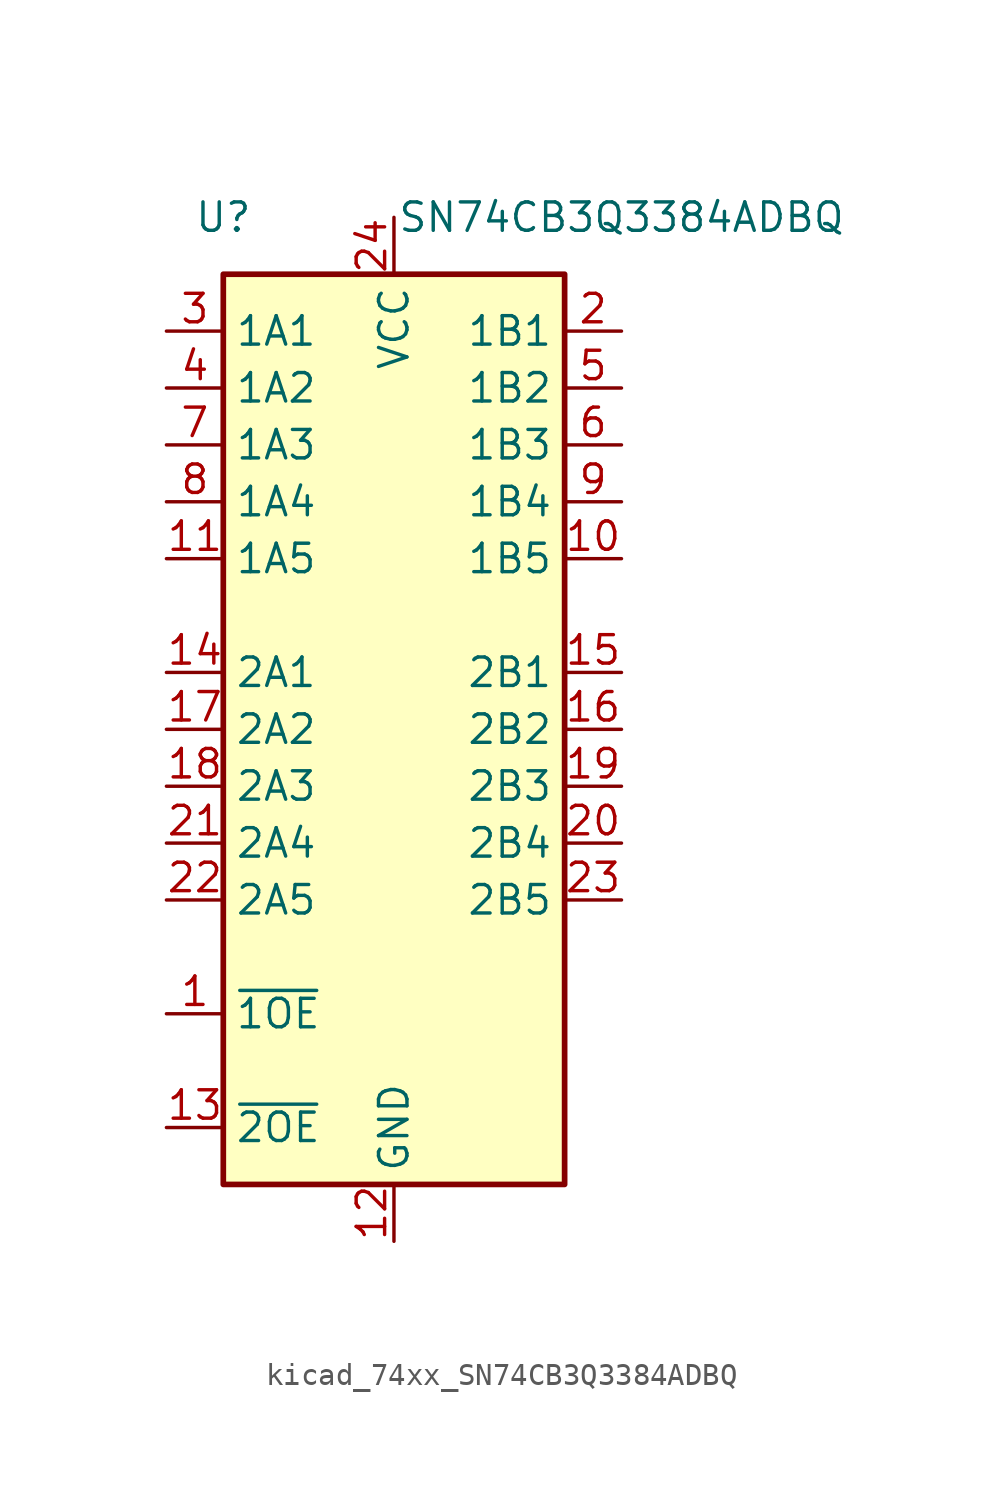
<source format=kicad_sym>
(kicad_symbol_lib
  (version 20220914)
  (generator kicad_symbol_editor)
  (symbol "kicad_74xx_SN74CB3Q3384ADBQ"
    (property "Reference" "U"
      (at -7.62 22.86 0)
      (effects (font (size 1.27 1.27))))
    (property "Value" "SN74CB3Q3384ADBQ"
      (at 10.16 22.86 0)
      (effects (font (size 1.27 1.27))))
    (symbol "kicad_74xx_SN74CB3Q3384ADBQ_0_1"
      (pin input line (at -10.16 -12.7 0) (length 2.54) (name "~{1OE}" (effects (font (size 1.27 1.27)))) (number "1" (effects (font (size 1.27 1.27)))))
      (pin tri_state line (at 10.16 7.62 180) (length 2.54) (name "1B5" (effects (font (size 1.27 1.27)))) (number "10" (effects (font (size 1.27 1.27)))))
      (pin tri_state line (at -10.16 7.62 0) (length 2.54) (name "1A5" (effects (font (size 1.27 1.27)))) (number "11" (effects (font (size 1.27 1.27)))))
      (pin power_in line (at 0 -22.86 90) (length 2.54) (name "GND" (effects (font (size 1.27 1.27)))) (number "12" (effects (font (size 1.27 1.27)))))
      (pin input line (at -10.16 -17.78 0) (length 2.54) (name "~{2OE}" (effects (font (size 1.27 1.27)))) (number "13" (effects (font (size 1.27 1.27)))))
      (pin tri_state line (at -10.16 2.54 0) (length 2.54) (name "2A1" (effects (font (size 1.27 1.27)))) (number "14" (effects (font (size 1.27 1.27)))))
      (pin tri_state line (at 10.16 2.54 180) (length 2.54) (name "2B1" (effects (font (size 1.27 1.27)))) (number "15" (effects (font (size 1.27 1.27)))))
      (pin tri_state line (at 10.16 0 180) (length 2.54) (name "2B2" (effects (font (size 1.27 1.27)))) (number "16" (effects (font (size 1.27 1.27)))))
      (pin tri_state line (at -10.16 0 0) (length 2.54) (name "2A2" (effects (font (size 1.27 1.27)))) (number "17" (effects (font (size 1.27 1.27)))))
      (pin tri_state line (at -10.16 -2.54 0) (length 2.54) (name "2A3" (effects (font (size 1.27 1.27)))) (number "18" (effects (font (size 1.27 1.27)))))
      (pin tri_state line (at 10.16 -2.54 180) (length 2.54) (name "2B3" (effects (font (size 1.27 1.27)))) (number "19" (effects (font (size 1.27 1.27)))))
      (pin tri_state line (at 10.16 17.78 180) (length 2.54) (name "1B1" (effects (font (size 1.27 1.27)))) (number "2" (effects (font (size 1.27 1.27)))))
      (pin tri_state line (at 10.16 -5.08 180) (length 2.54) (name "2B4" (effects (font (size 1.27 1.27)))) (number "20" (effects (font (size 1.27 1.27)))))
      (pin tri_state line (at -10.16 -5.08 0) (length 2.54) (name "2A4" (effects (font (size 1.27 1.27)))) (number "21" (effects (font (size 1.27 1.27)))))
      (pin tri_state line (at -10.16 -7.62 0) (length 2.54) (name "2A5" (effects (font (size 1.27 1.27)))) (number "22" (effects (font (size 1.27 1.27)))))
      (pin tri_state line (at 10.16 -7.62 180) (length 2.54) (name "2B5" (effects (font (size 1.27 1.27)))) (number "23" (effects (font (size 1.27 1.27)))))
      (pin power_in line (at 0 22.86 270) (length 2.54) (name "VCC" (effects (font (size 1.27 1.27)))) (number "24" (effects (font (size 1.27 1.27)))))
      (pin tri_state line (at -10.16 17.78 0) (length 2.54) (name "1A1" (effects (font (size 1.27 1.27)))) (number "3" (effects (font (size 1.27 1.27)))))
      (pin tri_state line (at -10.16 15.24 0) (length 2.54) (name "1A2" (effects (font (size 1.27 1.27)))) (number "4" (effects (font (size 1.27 1.27)))))
      (pin tri_state line (at 10.16 15.24 180) (length 2.54) (name "1B2" (effects (font (size 1.27 1.27)))) (number "5" (effects (font (size 1.27 1.27)))))
      (pin tri_state line (at 10.16 12.7 180) (length 2.54) (name "1B3" (effects (font (size 1.27 1.27)))) (number "6" (effects (font (size 1.27 1.27)))))
      (pin tri_state line (at -10.16 12.7 0) (length 2.54) (name "1A3" (effects (font (size 1.27 1.27)))) (number "7" (effects (font (size 1.27 1.27)))))
      (pin tri_state line (at -10.16 10.16 0) (length 2.54) (name "1A4" (effects (font (size 1.27 1.27)))) (number "8" (effects (font (size 1.27 1.27)))))
      (pin tri_state line (at 10.16 10.16 180) (length 2.54) (name "1B4" (effects (font (size 1.27 1.27)))) (number "9" (effects (font (size 1.27 1.27))))))
    (symbol "kicad_74xx_SN74CB3Q3384ADBQ_1_1"
      (rectangle (start -7.62 20.32) (end 7.62 -20.32) (stroke (width 0.254) (type default)) (fill (type background))))))
</source>
